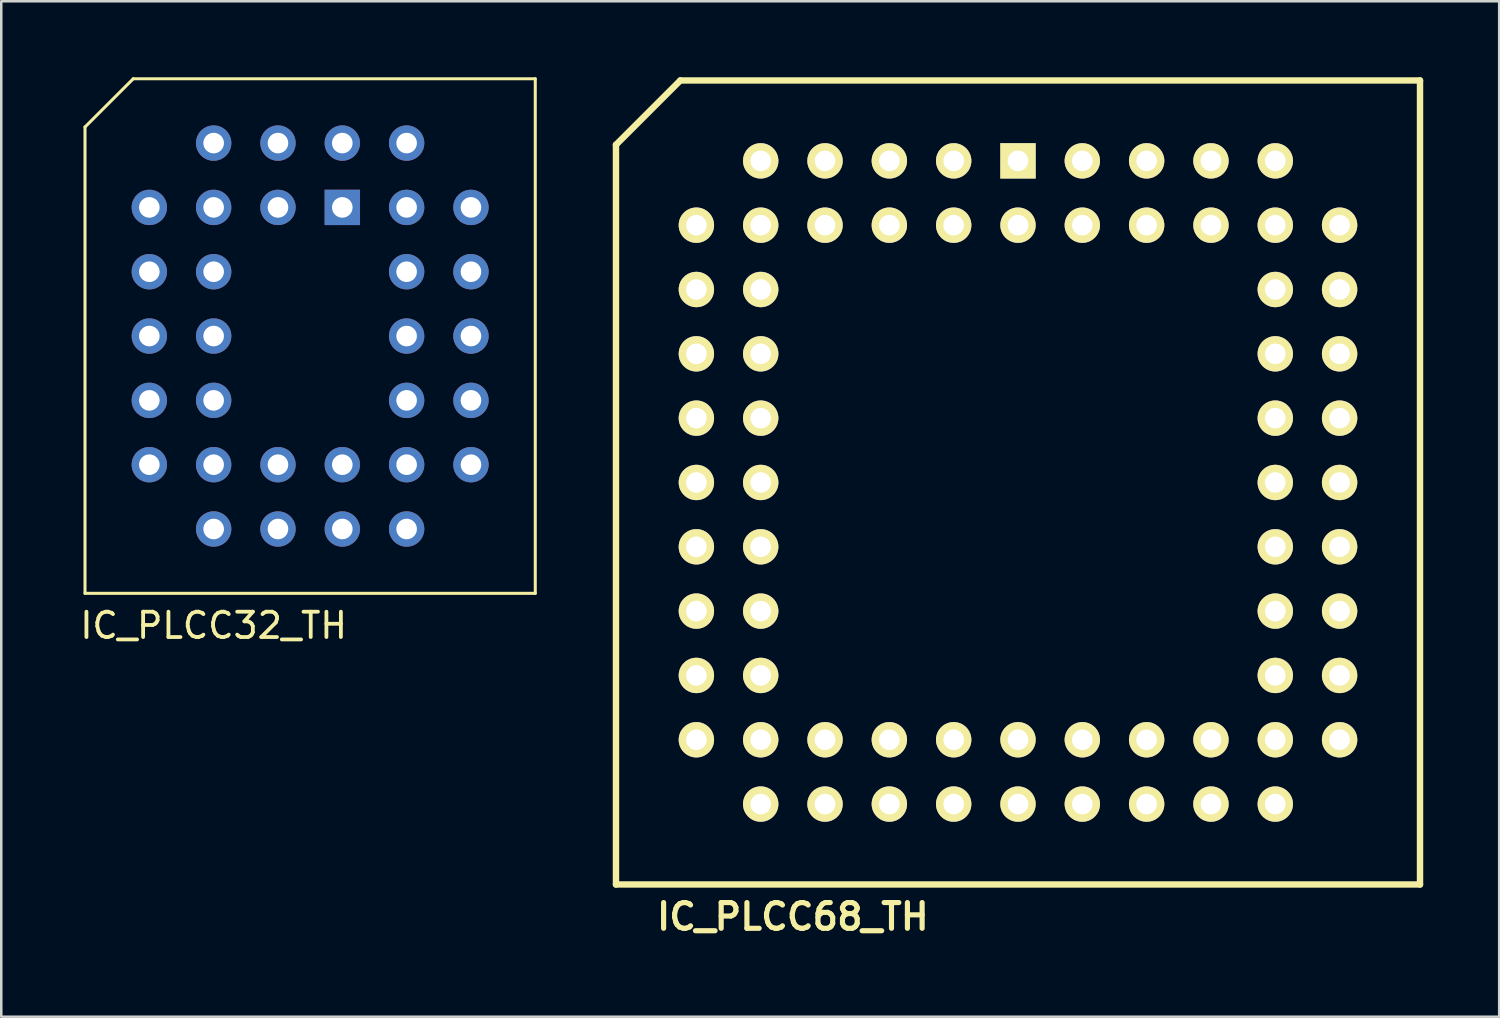
<source format=kicad_pcb>
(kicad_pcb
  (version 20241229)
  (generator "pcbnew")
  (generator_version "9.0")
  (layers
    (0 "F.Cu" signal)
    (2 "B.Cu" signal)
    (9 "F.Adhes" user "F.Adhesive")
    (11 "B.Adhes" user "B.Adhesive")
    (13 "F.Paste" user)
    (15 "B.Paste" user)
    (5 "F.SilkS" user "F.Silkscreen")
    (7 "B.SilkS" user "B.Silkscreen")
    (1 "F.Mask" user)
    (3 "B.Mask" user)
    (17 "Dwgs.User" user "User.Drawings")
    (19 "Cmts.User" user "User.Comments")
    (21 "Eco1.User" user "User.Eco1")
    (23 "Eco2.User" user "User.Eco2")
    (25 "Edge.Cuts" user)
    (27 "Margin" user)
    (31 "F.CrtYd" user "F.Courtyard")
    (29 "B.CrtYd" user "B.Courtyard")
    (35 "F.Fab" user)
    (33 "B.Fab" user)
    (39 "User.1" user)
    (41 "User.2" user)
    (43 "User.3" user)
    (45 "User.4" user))
  (footprint "IC_PLCC32_TH"
    (layer "F.Cu")
    (at 9.197 10.22)
    (property "Reference" "IC_PLCC32_TH" (at -3.81 11.43 0) (layer "F.SilkS") (effects (font (size 1 1) (thickness 0.15))))
    (attr through_hole)
    (fp_line (start -8.89 -8.255) (end -6.985 -10.16) (stroke (width 0.12) (type solid)) (layer "F.SilkS"))
    (fp_line (start -8.89 10.16) (end -8.89 -8.255) (stroke (width 0.12) (type solid)) (layer "F.SilkS"))
    (fp_line (start -6.985 -10.16) (end 8.89 -10.16) (stroke (width 0.12) (type solid)) (layer "F.SilkS"))
    (fp_line (start 8.89 -10.16) (end 8.89 10.16) (stroke (width 0.12) (type solid)) (layer "F.SilkS"))
    (fp_line (start 8.89 10.16) (end -8.89 10.16) (stroke (width 0.12) (type solid)) (layer "F.SilkS"))
    (pad "1" thru_hole rect (at 1.27 -5.08 270) (size 1.397 1.397) (drill 0.813) (layers "*.Cu" "*.Mask"))
    (pad "2" thru_hole circle (at -1.27 -7.62 270) (size 1.397 1.397) (drill 0.813) (layers "*.Cu" "*.Mask"))
    (pad "3" thru_hole circle (at -1.27 -5.08 270) (size 1.397 1.397) (drill 0.813) (layers "*.Cu" "*.Mask"))
    (pad "4" thru_hole circle (at -3.81 -7.62 270) (size 1.397 1.397) (drill 0.813) (layers "*.Cu" "*.Mask"))
    (pad "5" thru_hole circle (at -6.35 -5.08 270) (size 1.397 1.397) (drill 0.813) (layers "*.Cu" "*.Mask"))
    (pad "6" thru_hole circle (at -3.81 -5.08 270) (size 1.397 1.397) (drill 0.813) (layers "*.Cu" "*.Mask"))
    (pad "7" thru_hole circle (at -6.35 -2.54 270) (size 1.397 1.397) (drill 0.813) (layers "*.Cu" "*.Mask"))
    (pad "8" thru_hole circle (at -3.81 -2.54 270) (size 1.397 1.397) (drill 0.813) (layers "*.Cu" "*.Mask"))
    (pad "9" thru_hole circle (at -6.35 0 270) (size 1.397 1.397) (drill 0.813) (layers "*.Cu" "*.Mask"))
    (pad "10" thru_hole circle (at -3.81 0 270) (size 1.397 1.397) (drill 0.813) (layers "*.Cu" "*.Mask"))
    (pad "11" thru_hole circle (at -6.35 2.54 270) (size 1.397 1.397) (drill 0.813) (layers "*.Cu" "*.Mask"))
    (pad "12" thru_hole circle (at -3.81 2.54 270) (size 1.397 1.397) (drill 0.813) (layers "*.Cu" "*.Mask"))
    (pad "13" thru_hole circle (at -6.35 5.08 270) (size 1.397 1.397) (drill 0.813) (layers "*.Cu" "*.Mask"))
    (pad "14" thru_hole circle (at -3.81 7.62 270) (size 1.397 1.397) (drill 0.813) (layers "*.Cu" "*.Mask"))
    (pad "15" thru_hole circle (at -3.81 5.08 270) (size 1.397 1.397) (drill 0.813) (layers "*.Cu" "*.Mask"))
    (pad "16" thru_hole circle (at -1.27 7.62 270) (size 1.397 1.397) (drill 0.813) (layers "*.Cu" "*.Mask"))
    (pad "17" thru_hole circle (at -1.27 5.08 270) (size 1.397 1.397) (drill 0.813) (layers "*.Cu" "*.Mask"))
    (pad "18" thru_hole circle (at 1.27 7.62 270) (size 1.397 1.397) (drill 0.813) (layers "*.Cu" "*.Mask"))
    (pad "19" thru_hole circle (at 1.27 5.08 270) (size 1.397 1.397) (drill 0.813) (layers "*.Cu" "*.Mask"))
    (pad "20" thru_hole circle (at 3.81 7.62 270) (size 1.397 1.397) (drill 0.813) (layers "*.Cu" "*.Mask"))
    (pad "21" thru_hole circle (at 6.35 5.08 270) (size 1.397 1.397) (drill 0.813) (layers "*.Cu" "*.Mask"))
    (pad "22" thru_hole circle (at 3.81 5.08 270) (size 1.397 1.397) (drill 0.813) (layers "*.Cu" "*.Mask"))
    (pad "23" thru_hole circle (at 6.35 2.54 270) (size 1.397 1.397) (drill 0.813) (layers "*.Cu" "*.Mask"))
    (pad "24" thru_hole circle (at 3.81 2.54 270) (size 1.397 1.397) (drill 0.813) (layers "*.Cu" "*.Mask"))
    (pad "25" thru_hole circle (at 6.35 0 270) (size 1.397 1.397) (drill 0.813) (layers "*.Cu" "*.Mask"))
    (pad "26" thru_hole circle (at 3.81 0 270) (size 1.397 1.397) (drill 0.813) (layers "*.Cu" "*.Mask"))
    (pad "27" thru_hole circle (at 6.35 -2.54 270) (size 1.397 1.397) (drill 0.813) (layers "*.Cu" "*.Mask"))
    (pad "28" thru_hole circle (at 3.81 -2.54 270) (size 1.397 1.397) (drill 0.813) (layers "*.Cu" "*.Mask"))
    (pad "29" thru_hole circle (at 6.35 -5.08 270) (size 1.397 1.397) (drill 0.813) (layers "*.Cu" "*.Mask"))
    (pad "30" thru_hole circle (at 3.81 -7.62 270) (size 1.397 1.397) (drill 0.813) (layers "*.Cu" "*.Mask"))
    (pad "31" thru_hole circle (at 3.81 -5.08 270) (size 1.397 1.397) (drill 0.813) (layers "*.Cu" "*.Mask"))
    (pad "32" thru_hole circle (at 1.27 -7.62 270) (size 1.397 1.397) (drill 0.813) (layers "*.Cu" "*.Mask")))
  (footprint "IC_PLCC68_TH"
    (layer "F.Cu")
    (at 37.149 16.002)
    (property "Reference" "IC_PLCC68_TH" (at -8.89 17.145 0) (layer "F.SilkS") (effects (font (size 1.016 1.016) (thickness 0.203))))
    (attr through_hole)
    (fp_line (start -15.875 -13.335) (end -15.875 15.875) (stroke (width 0.254) (type solid)) (layer "F.SilkS"))
    (fp_line (start -15.875 -13.335) (end -13.335 -15.875) (stroke (width 0.254) (type solid)) (layer "F.SilkS"))
    (fp_line (start -13.335 -15.875) (end 15.875 -15.875) (stroke (width 0.254) (type solid)) (layer "F.SilkS"))
    (fp_line (start 15.875 -15.875) (end 15.875 15.875) (stroke (width 0.254) (type solid)) (layer "F.SilkS"))
    (fp_line (start 15.875 15.875) (end -15.875 15.875) (stroke (width 0.254) (type solid)) (layer "F.SilkS"))
    (pad "1" thru_hole rect (at 0 -12.7 270) (size 1.397 1.397) (drill 0.813) (layers "*.Cu" "*.Mask" "F.SilkS"))
    (pad "2" thru_hole circle (at 0 -10.16 270) (size 1.397 1.397) (drill 0.813) (layers "*.Cu" "*.Mask" "F.SilkS"))
    (pad "3" thru_hole circle (at -2.54 -12.7 270) (size 1.397 1.397) (drill 0.813) (layers "*.Cu" "*.Mask" "F.SilkS"))
    (pad "4" thru_hole circle (at -2.54 -10.16 270) (size 1.397 1.397) (drill 0.813) (layers "*.Cu" "*.Mask" "F.SilkS"))
    (pad "5" thru_hole circle (at -5.08 -12.7 270) (size 1.397 1.397) (drill 0.813) (layers "*.Cu" "*.Mask" "F.SilkS"))
    (pad "6" thru_hole circle (at -5.08 -10.16 270) (size 1.397 1.397) (drill 0.813) (layers "*.Cu" "*.Mask" "F.SilkS"))
    (pad "7" thru_hole circle (at -7.62 -12.7 270) (size 1.397 1.397) (drill 0.813) (layers "*.Cu" "*.Mask" "F.SilkS"))
    (pad "8" thru_hole circle (at -7.62 -10.16 270) (size 1.397 1.397) (drill 0.813) (layers "*.Cu" "*.Mask" "F.SilkS"))
    (pad "9" thru_hole circle (at -10.16 -12.7 270) (size 1.397 1.397) (drill 0.813) (layers "*.Cu" "*.Mask" "F.SilkS"))
    (pad "10" thru_hole circle (at -12.7 -10.16 270) (size 1.397 1.397) (drill 0.813) (layers "*.Cu" "*.Mask" "F.SilkS"))
    (pad "11" thru_hole circle (at -10.16 -10.16 270) (size 1.397 1.397) (drill 0.813) (layers "*.Cu" "*.Mask" "F.SilkS"))
    (pad "12" thru_hole circle (at -12.7 -7.62 270) (size 1.397 1.397) (drill 0.813) (layers "*.Cu" "*.Mask" "F.SilkS"))
    (pad "13" thru_hole circle (at -10.16 -7.62 270) (size 1.397 1.397) (drill 0.813) (layers "*.Cu" "*.Mask" "F.SilkS"))
    (pad "14" thru_hole circle (at -12.7 -5.08 270) (size 1.397 1.397) (drill 0.813) (layers "*.Cu" "*.Mask" "F.SilkS"))
    (pad "15" thru_hole circle (at -10.16 -5.08 270) (size 1.397 1.397) (drill 0.813) (layers "*.Cu" "*.Mask" "F.SilkS"))
    (pad "16" thru_hole circle (at -12.7 -2.54 270) (size 1.397 1.397) (drill 0.813) (layers "*.Cu" "*.Mask" "F.SilkS"))
    (pad "17" thru_hole circle (at -10.16 -2.54 270) (size 1.397 1.397) (drill 0.813) (layers "*.Cu" "*.Mask" "F.SilkS"))
    (pad "18" thru_hole circle (at -12.7 0 270) (size 1.397 1.397) (drill 0.813) (layers "*.Cu" "*.Mask" "F.SilkS"))
    (pad "19" thru_hole circle (at -10.16 0 270) (size 1.397 1.397) (drill 0.813) (layers "*.Cu" "*.Mask" "F.SilkS"))
    (pad "20" thru_hole circle (at -12.7 2.54 270) (size 1.397 1.397) (drill 0.813) (layers "*.Cu" "*.Mask" "F.SilkS"))
    (pad "21" thru_hole circle (at -10.16 2.54 270) (size 1.397 1.397) (drill 0.813) (layers "*.Cu" "*.Mask" "F.SilkS"))
    (pad "22" thru_hole circle (at -12.7 5.08 270) (size 1.397 1.397) (drill 0.813) (layers "*.Cu" "*.Mask" "F.SilkS"))
    (pad "23" thru_hole circle (at -10.16 5.08 270) (size 1.397 1.397) (drill 0.813) (layers "*.Cu" "*.Mask" "F.SilkS"))
    (pad "24" thru_hole circle (at -12.7 7.62 270) (size 1.397 1.397) (drill 0.813) (layers "*.Cu" "*.Mask" "F.SilkS"))
    (pad "25" thru_hole circle (at -10.16 7.62 270) (size 1.397 1.397) (drill 0.813) (layers "*.Cu" "*.Mask" "F.SilkS"))
    (pad "26" thru_hole circle (at -12.7 10.16 270) (size 1.397 1.397) (drill 0.813) (layers "*.Cu" "*.Mask" "F.SilkS"))
    (pad "27" thru_hole circle (at -10.16 12.7 270) (size 1.397 1.397) (drill 0.813) (layers "*.Cu" "*.Mask" "F.SilkS"))
    (pad "28" thru_hole circle (at -10.16 10.16 270) (size 1.397 1.397) (drill 0.813) (layers "*.Cu" "*.Mask" "F.SilkS"))
    (pad "29" thru_hole circle (at -7.62 12.7 270) (size 1.397 1.397) (drill 0.813) (layers "*.Cu" "*.Mask" "F.SilkS"))
    (pad "30" thru_hole circle (at -7.62 10.16 270) (size 1.397 1.397) (drill 0.813) (layers "*.Cu" "*.Mask" "F.SilkS"))
    (pad "31" thru_hole circle (at -5.08 12.7 270) (size 1.397 1.397) (drill 0.813) (layers "*.Cu" "*.Mask" "F.SilkS"))
    (pad "32" thru_hole circle (at -5.08 10.16 270) (size 1.397 1.397) (drill 0.813) (layers "*.Cu" "*.Mask" "F.SilkS"))
    (pad "33" thru_hole circle (at -2.54 12.7 270) (size 1.397 1.397) (drill 0.813) (layers "*.Cu" "*.Mask" "F.SilkS"))
    (pad "34" thru_hole circle (at -2.54 10.16 270) (size 1.397 1.397) (drill 0.813) (layers "*.Cu" "*.Mask" "F.SilkS"))
    (pad "35" thru_hole circle (at 0 12.7 270) (size 1.397 1.397) (drill 0.813) (layers "*.Cu" "*.Mask" "F.SilkS"))
    (pad "36" thru_hole circle (at 0 10.16 270) (size 1.397 1.397) (drill 0.813) (layers "*.Cu" "*.Mask" "F.SilkS"))
    (pad "37" thru_hole circle (at 2.54 12.7 270) (size 1.397 1.397) (drill 0.813) (layers "*.Cu" "*.Mask" "F.SilkS"))
    (pad "38" thru_hole circle (at 2.54 10.16 270) (size 1.397 1.397) (drill 0.813) (layers "*.Cu" "*.Mask" "F.SilkS"))
    (pad "39" thru_hole circle (at 5.08 12.7 270) (size 1.397 1.397) (drill 0.813) (layers "*.Cu" "*.Mask" "F.SilkS"))
    (pad "40" thru_hole circle (at 5.08 10.16 270) (size 1.397 1.397) (drill 0.813) (layers "*.Cu" "*.Mask" "F.SilkS"))
    (pad "41" thru_hole circle (at 7.62 12.7 270) (size 1.397 1.397) (drill 0.813) (layers "*.Cu" "*.Mask" "F.SilkS"))
    (pad "42" thru_hole circle (at 7.62 10.16 270) (size 1.397 1.397) (drill 0.813) (layers "*.Cu" "*.Mask" "F.SilkS"))
    (pad "43" thru_hole circle (at 10.16 12.7 270) (size 1.397 1.397) (drill 0.813) (layers "*.Cu" "*.Mask" "F.SilkS"))
    (pad "44" thru_hole circle (at 12.7 10.16 270) (size 1.397 1.397) (drill 0.813) (layers "*.Cu" "*.Mask" "F.SilkS"))
    (pad "45" thru_hole circle (at 10.16 10.16 270) (size 1.397 1.397) (drill 0.813) (layers "*.Cu" "*.Mask" "F.SilkS"))
    (pad "46" thru_hole circle (at 12.7 7.62 270) (size 1.397 1.397) (drill 0.813) (layers "*.Cu" "*.Mask" "F.SilkS"))
    (pad "47" thru_hole circle (at 10.16 7.62 270) (size 1.397 1.397) (drill 0.813) (layers "*.Cu" "*.Mask" "F.SilkS"))
    (pad "48" thru_hole circle (at 12.7 5.08 270) (size 1.397 1.397) (drill 0.813) (layers "*.Cu" "*.Mask" "F.SilkS"))
    (pad "49" thru_hole circle (at 10.16 5.08 270) (size 1.397 1.397) (drill 0.813) (layers "*.Cu" "*.Mask" "F.SilkS"))
    (pad "50" thru_hole circle (at 12.7 2.54 270) (size 1.397 1.397) (drill 0.813) (layers "*.Cu" "*.Mask" "F.SilkS"))
    (pad "51" thru_hole circle (at 10.16 2.54 270) (size 1.397 1.397) (drill 0.813) (layers "*.Cu" "*.Mask" "F.SilkS"))
    (pad "52" thru_hole circle (at 12.7 0 270) (size 1.397 1.397) (drill 0.813) (layers "*.Cu" "*.Mask" "F.SilkS"))
    (pad "53" thru_hole circle (at 10.16 0 270) (size 1.397 1.397) (drill 0.813) (layers "*.Cu" "*.Mask" "F.SilkS"))
    (pad "54" thru_hole circle (at 12.7 -2.54 270) (size 1.397 1.397) (drill 0.813) (layers "*.Cu" "*.Mask" "F.SilkS"))
    (pad "55" thru_hole circle (at 10.16 -2.54 270) (size 1.397 1.397) (drill 0.813) (layers "*.Cu" "*.Mask" "F.SilkS"))
    (pad "56" thru_hole circle (at 12.7 -5.08 270) (size 1.397 1.397) (drill 0.813) (layers "*.Cu" "*.Mask" "F.SilkS"))
    (pad "57" thru_hole circle (at 10.16 -5.08 270) (size 1.397 1.397) (drill 0.813) (layers "*.Cu" "*.Mask" "F.SilkS"))
    (pad "58" thru_hole circle (at 12.7 -7.62 270) (size 1.397 1.397) (drill 0.813) (layers "*.Cu" "*.Mask" "F.SilkS"))
    (pad "59" thru_hole circle (at 10.16 -7.62 270) (size 1.397 1.397) (drill 0.813) (layers "*.Cu" "*.Mask" "F.SilkS"))
    (pad "60" thru_hole circle (at 12.7 -10.16 270) (size 1.397 1.397) (drill 0.813) (layers "*.Cu" "*.Mask" "F.SilkS"))
    (pad "61" thru_hole circle (at 10.16 -12.7 270) (size 1.397 1.397) (drill 0.813) (layers "*.Cu" "*.Mask" "F.SilkS"))
    (pad "62" thru_hole circle (at 10.16 -10.16 270) (size 1.397 1.397) (drill 0.813) (layers "*.Cu" "*.Mask" "F.SilkS"))
    (pad "63" thru_hole circle (at 7.62 -12.7 270) (size 1.397 1.397) (drill 0.813) (layers "*.Cu" "*.Mask" "F.SilkS"))
    (pad "64" thru_hole circle (at 7.62 -10.16 270) (size 1.397 1.397) (drill 0.813) (layers "*.Cu" "*.Mask" "F.SilkS"))
    (pad "65" thru_hole circle (at 5.08 -12.7 270) (size 1.397 1.397) (drill 0.813) (layers "*.Cu" "*.Mask" "F.SilkS"))
    (pad "66" thru_hole circle (at 5.08 -10.16 270) (size 1.397 1.397) (drill 0.813) (layers "*.Cu" "*.Mask" "F.SilkS"))
    (pad "67" thru_hole circle (at 2.54 -12.7 270) (size 1.397 1.397) (drill 0.813) (layers "*.Cu" "*.Mask" "F.SilkS"))
    (pad "68" thru_hole circle (at 2.54 -10.16 270) (size 1.397 1.397) (drill 0.813) (layers "*.Cu" "*.Mask" "F.SilkS")))
  (gr_rect
    (start -3 -3)
    (end 56.151 37.098)
    (stroke (width 0.1) (type default))
    (fill no)
    (layer "Edge.Cuts")))
</source>
